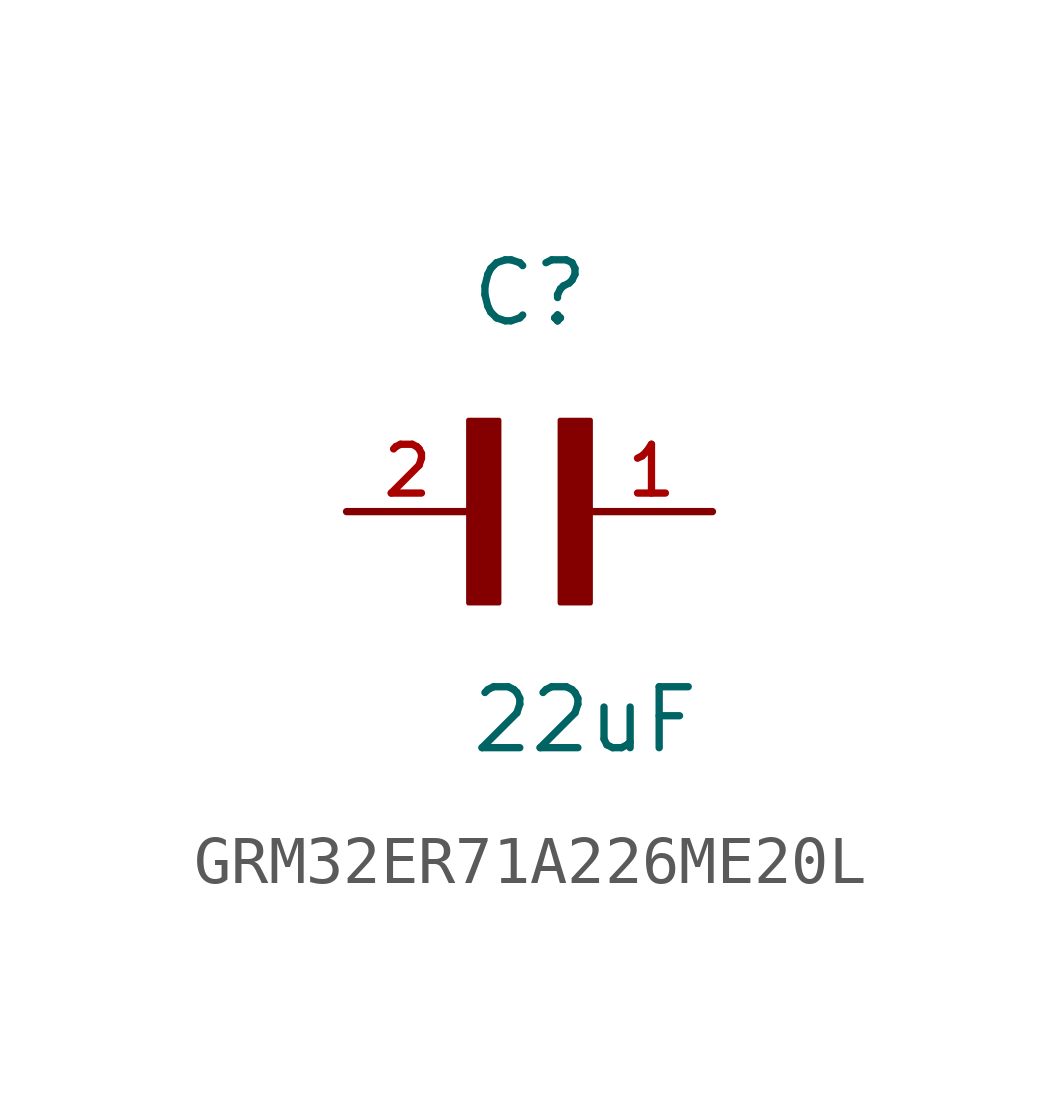
<source format=kicad_sym>
(kicad_symbol_lib
  (version 20220914)
  (generator kicad_symbol_editor)
  (symbol "GRM32ER71A226ME20L"
    (pin_names
      (offset 1.016))
    (property "Reference" "C"
      (at 0 3.81 0)
      (effects (font (size 1.27 1.27)) (justify left bottom)))
    (property "Value" "22uF"
      (at 0 -5.08 0)
      (effects (font (size 1.27 1.27)) (justify left bottom)))
    (symbol "GRM32ER71A226ME20L_0_0"
      (rectangle (start 0 -1.905) (end 0.635 1.905) (stroke (width 0.1) (type default)) (fill (type outline)))
      (rectangle (start 1.905 -1.905) (end 2.54 1.905) (stroke (width 0.1) (type default)) (fill (type outline)))
      (pin passive line (at 5.08 0 180) (length 2.54) (name "~" (effects (font (size 1.016 1.016)))) (number "1" (effects (font (size 1.016 1.016)))))
      (pin passive line (at -2.54 0 0) (length 2.54) (name "~" (effects (font (size 1.016 1.016)))) (number "2" (effects (font (size 1.016 1.016))))))))
</source>
